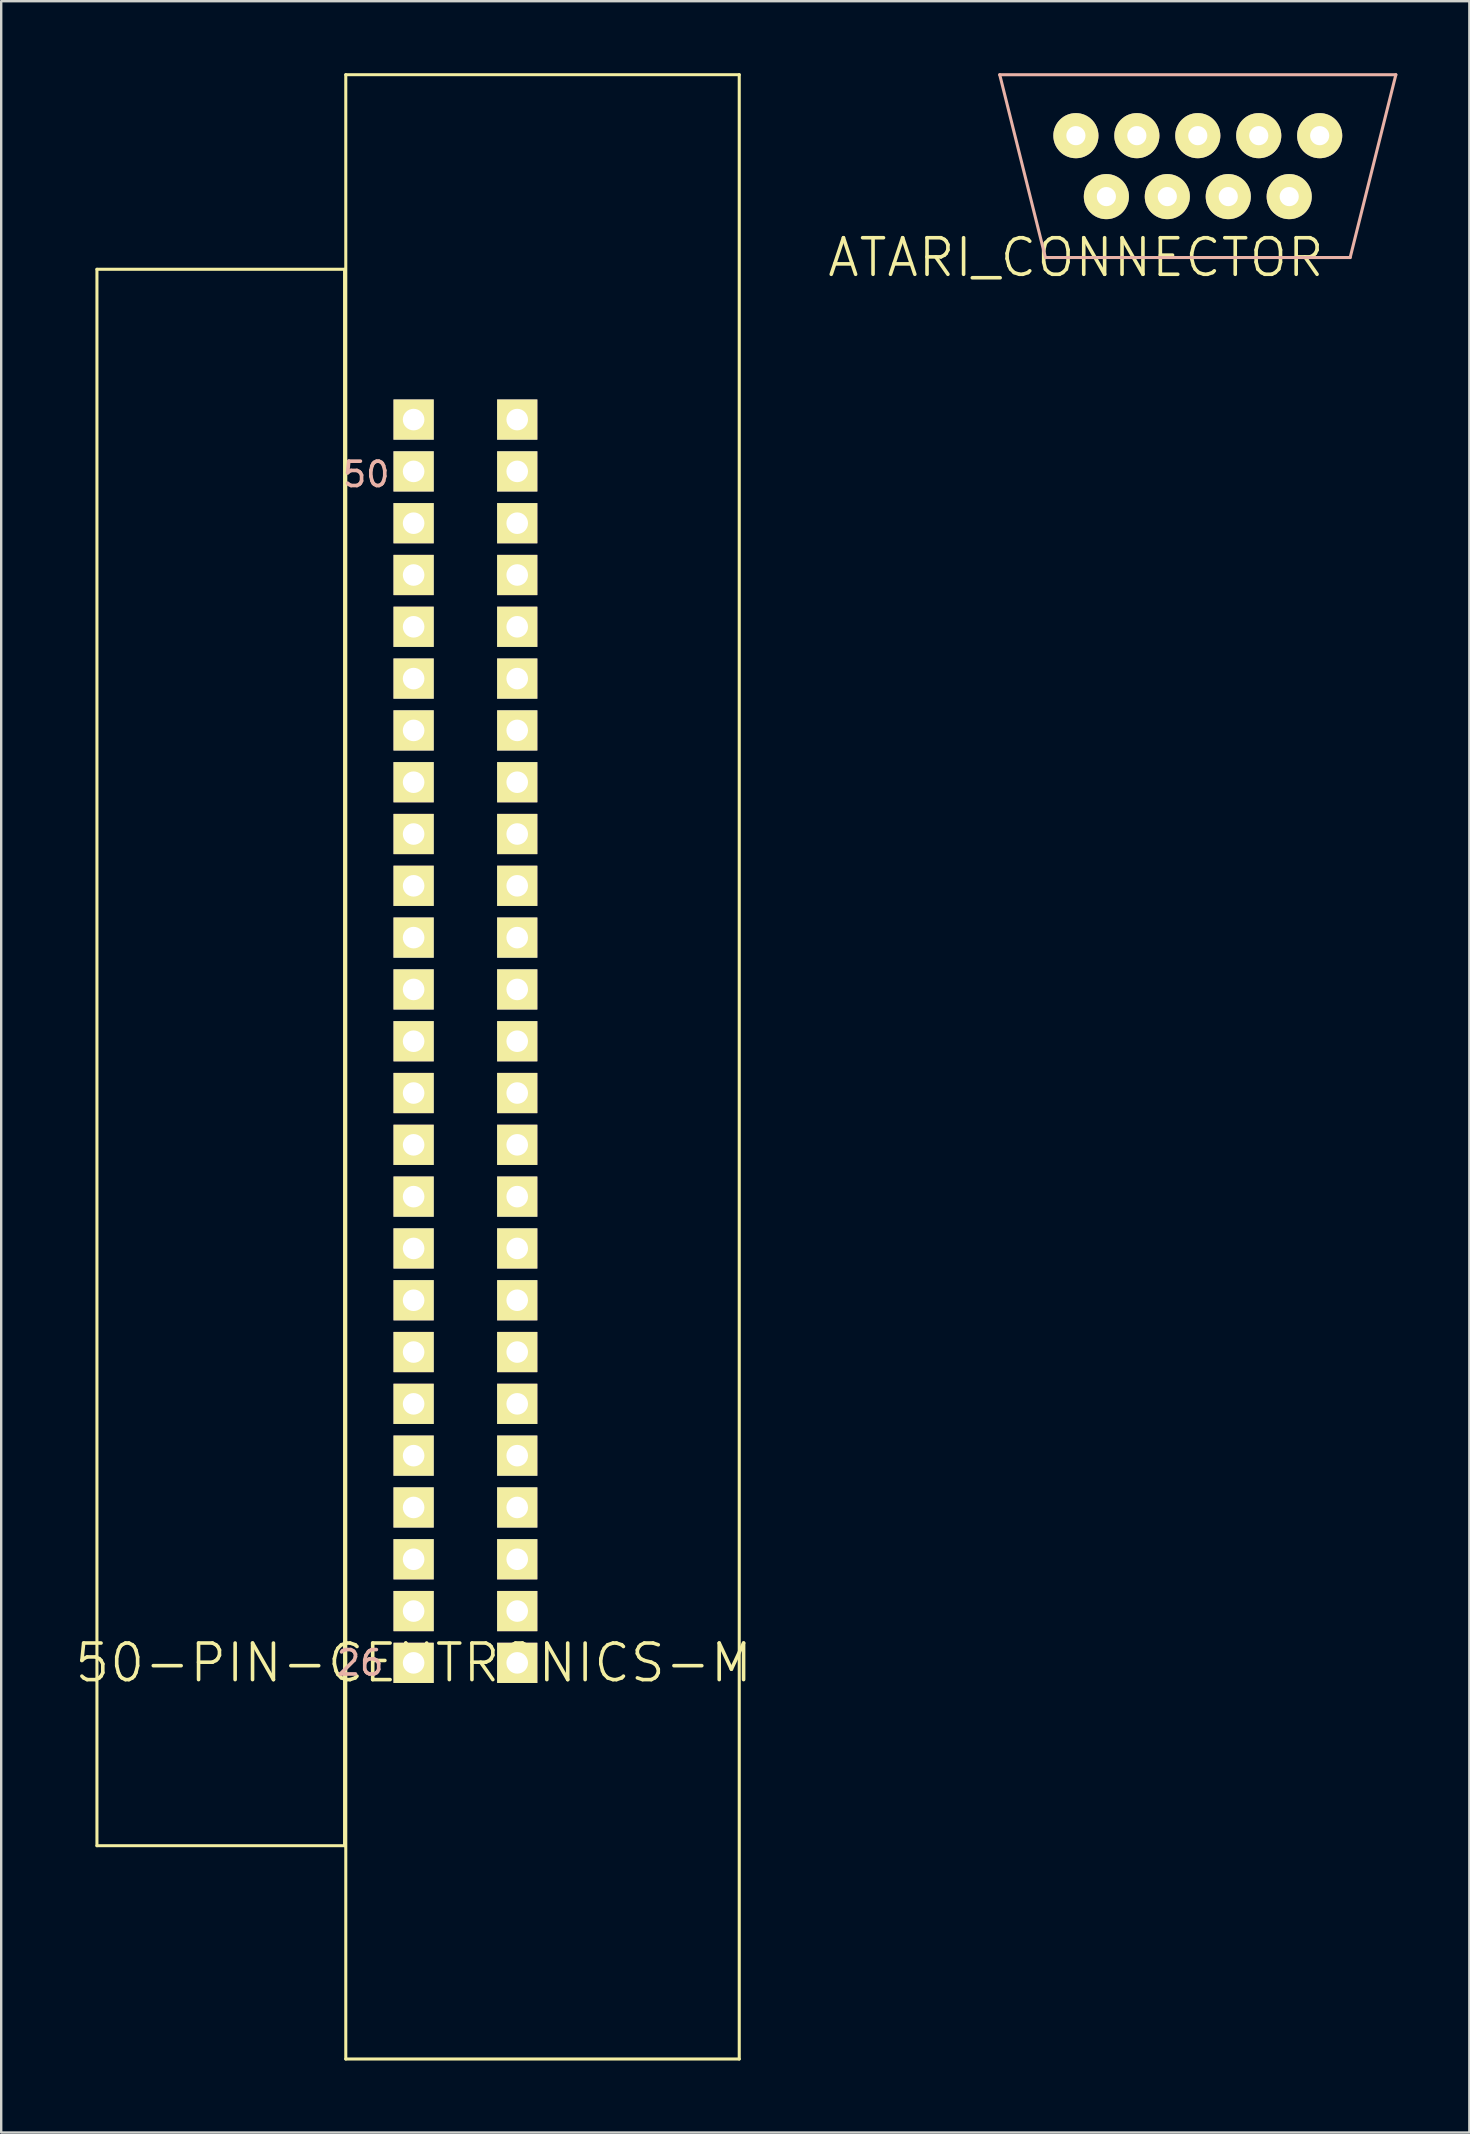
<source format=kicad_pcb>
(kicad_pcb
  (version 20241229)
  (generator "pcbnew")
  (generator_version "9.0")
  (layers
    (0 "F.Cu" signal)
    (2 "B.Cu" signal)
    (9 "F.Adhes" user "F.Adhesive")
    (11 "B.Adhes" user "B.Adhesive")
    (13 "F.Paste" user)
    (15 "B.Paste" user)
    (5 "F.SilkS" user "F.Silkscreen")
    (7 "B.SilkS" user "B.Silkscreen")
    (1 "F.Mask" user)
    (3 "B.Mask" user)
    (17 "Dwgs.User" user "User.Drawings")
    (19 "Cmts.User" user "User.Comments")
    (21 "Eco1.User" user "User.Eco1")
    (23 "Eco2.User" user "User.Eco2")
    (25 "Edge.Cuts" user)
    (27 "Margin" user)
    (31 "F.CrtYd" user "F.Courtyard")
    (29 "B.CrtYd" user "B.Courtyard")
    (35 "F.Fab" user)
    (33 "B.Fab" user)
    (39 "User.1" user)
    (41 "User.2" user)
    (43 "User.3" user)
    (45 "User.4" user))
  (footprint "ATARI_CONNECTOR"
    (layer "F.Cu")
    (at 41.79 7.684)
    (property "Reference" "ATARI_CONNECTOR" (at 0 0 0) (layer "F.SilkS") (effects (font (size 1.524 1.524) (thickness 0.15))))
    (attr exclude_from_pos_files exclude_from_bom)
    (fp_line (start -3.175 -7.62) (end 13.335 -7.62) (stroke (width 0.127) (type solid)) (layer "B.SilkS"))
    (fp_line (start -1.27 0) (end -3.175 -7.62) (stroke (width 0.127) (type solid)) (layer "B.SilkS"))
    (fp_line (start -1.27 0) (end 11.43 0) (stroke (width 0.127) (type solid)) (layer "B.SilkS"))
    (fp_line (start 11.43 0) (end 13.335 -7.62) (stroke (width 0.127) (type solid)) (layer "B.SilkS"))
    (pad "P$1" thru_hole circle (at 1.27 -2.54) (size 1.88 1.88) (drill 0.798) (layers "*.Cu" "F.Mask" "F.SilkS" "F.Paste"))
    (pad "P$2" thru_hole circle (at 3.81 -2.54) (size 1.88 1.88) (drill 0.798) (layers "*.Cu" "F.Mask" "F.SilkS" "F.Paste"))
    (pad "P$3" thru_hole circle (at 6.35 -2.54) (size 1.88 1.88) (drill 0.798) (layers "*.Cu" "F.Mask" "F.SilkS" "F.Paste"))
    (pad "P$4" thru_hole circle (at 8.89 -2.54) (size 1.88 1.88) (drill 0.798) (layers "*.Cu" "F.Mask" "F.SilkS" "F.Paste"))
    (pad "P$5" thru_hole circle (at 0 -5.08) (size 1.88 1.88) (drill 0.798) (layers "*.Cu" "F.Mask" "F.SilkS" "F.Paste"))
    (pad "P$6" thru_hole circle (at 2.54 -5.08) (size 1.88 1.88) (drill 0.798) (layers "*.Cu" "F.Mask" "F.SilkS" "F.Paste"))
    (pad "P$7" thru_hole circle (at 5.08 -5.08) (size 1.88 1.88) (drill 0.798) (layers "*.Cu" "F.Mask" "F.SilkS" "F.Paste"))
    (pad "P$8" thru_hole circle (at 7.62 -5.08) (size 1.88 1.88) (drill 0.798) (layers "*.Cu" "F.Mask" "F.SilkS" "F.Paste"))
    (pad "P$9" thru_hole circle (at 10.16 -5.08) (size 1.88 1.88) (drill 0.798) (layers "*.Cu" "F.Mask" "F.SilkS" "F.Paste")))
  (footprint "50-PIN-CENTRONICS-M"
    (layer "F.Cu")
    (at 14.188 66.253)
    (property "Reference" "50-PIN-CENTRONICS-M" (at 0 0 0) (layer "F.SilkS") (effects (font (size 1.524 1.524) (thickness 0.15))))
    (attr exclude_from_pos_files exclude_from_bom)
    (fp_line (start -13.198 7.62) (end -13.198 -58.08) (stroke (width 0.127) (type solid)) (layer "F.SilkS"))
    (fp_line (start -2.878 -58.08) (end -13.198 -58.08) (stroke (width 0.127) (type solid)) (layer "F.SilkS"))
    (fp_line (start -2.878 7.62) (end -13.198 7.62) (stroke (width 0.127) (type solid)) (layer "F.SilkS"))
    (fp_line (start -2.878 7.62) (end -2.878 -58.08) (stroke (width 0.127) (type solid)) (layer "F.SilkS"))
    (fp_line (start -2.827 -66.19) (end 13.571 -66.19) (stroke (width 0.127) (type solid)) (layer "F.SilkS"))
    (fp_line (start -2.827 16.51) (end -2.827 -66.19) (stroke (width 0.127) (type solid)) (layer "F.SilkS"))
    (fp_line (start -2.827 16.51) (end 13.571 16.51) (stroke (width 0.127) (type solid)) (layer "F.SilkS"))
    (fp_line (start 13.571 16.51) (end 13.571 -66.19) (stroke (width 0.127) (type solid)) (layer "F.SilkS"))
    (fp_text user "26" (at -2.23 0 0) (layer "B.SilkS") (effects (font (size 1.016 1.016) (thickness 0.152))))
    (fp_text user "50" (at -1.976 -49.53 0) (layer "B.SilkS") (effects (font (size 1.016 1.016) (thickness 0.152))))
    (pad "P$1" thru_hole rect (at 4.318 0) (size 1.676 1.676) (drill 0.899) (layers "*.Cu" "F.Mask" "F.SilkS" "F.Paste"))
    (pad "P$2" thru_hole rect (at 4.318 -2.159) (size 1.676 1.676) (drill 0.899) (layers "*.Cu" "F.Mask" "F.SilkS" "F.Paste"))
    (pad "P$3" thru_hole rect (at 4.318 -4.318) (size 1.676 1.676) (drill 0.899) (layers "*.Cu" "F.Mask" "F.SilkS" "F.Paste"))
    (pad "P$4" thru_hole rect (at 4.318 -6.477) (size 1.676 1.676) (drill 0.899) (layers "*.Cu" "F.Mask" "F.SilkS" "F.Paste"))
    (pad "P$5" thru_hole rect (at 4.318 -8.636) (size 1.676 1.676) (drill 0.899) (layers "*.Cu" "F.Mask" "F.SilkS" "F.Paste"))
    (pad "P$6" thru_hole rect (at 4.318 -10.795) (size 1.676 1.676) (drill 0.899) (layers "*.Cu" "F.Mask" "F.SilkS" "F.Paste"))
    (pad "P$7" thru_hole rect (at 4.318 -12.954) (size 1.676 1.676) (drill 0.899) (layers "*.Cu" "F.Mask" "F.SilkS" "F.Paste"))
    (pad "P$8" thru_hole rect (at 4.318 -15.113) (size 1.676 1.676) (drill 0.899) (layers "*.Cu" "F.Mask" "F.SilkS" "F.Paste"))
    (pad "P$9" thru_hole rect (at 4.318 -17.272) (size 1.676 1.676) (drill 0.899) (layers "*.Cu" "F.Mask" "F.SilkS" "F.Paste"))
    (pad "P$10" thru_hole rect (at 4.318 -19.431) (size 1.676 1.676) (drill 0.899) (layers "*.Cu" "F.Mask" "F.SilkS" "F.Paste"))
    (pad "P$11" thru_hole rect (at 4.318 -21.59) (size 1.676 1.676) (drill 0.899) (layers "*.Cu" "F.Mask" "F.SilkS" "F.Paste"))
    (pad "P$12" thru_hole rect (at 4.318 -23.749) (size 1.676 1.676) (drill 0.899) (layers "*.Cu" "F.Mask" "F.SilkS" "F.Paste"))
    (pad "P$13" thru_hole rect (at 4.318 -25.908) (size 1.676 1.676) (drill 0.899) (layers "*.Cu" "F.Mask" "F.SilkS" "F.Paste"))
    (pad "P$14" thru_hole rect (at 4.318 -28.067) (size 1.676 1.676) (drill 0.899) (layers "*.Cu" "F.Mask" "F.SilkS" "F.Paste"))
    (pad "P$15" thru_hole rect (at 4.318 -30.226) (size 1.676 1.676) (drill 0.899) (layers "*.Cu" "F.Mask" "F.SilkS" "F.Paste"))
    (pad "P$16" thru_hole rect (at 4.318 -32.385) (size 1.676 1.676) (drill 0.899) (layers "*.Cu" "F.Mask" "F.SilkS" "F.Paste"))
    (pad "P$17" thru_hole rect (at 4.318 -34.544) (size 1.676 1.676) (drill 0.899) (layers "*.Cu" "F.Mask" "F.SilkS" "F.Paste"))
    (pad "P$18" thru_hole rect (at 4.318 -36.703) (size 1.676 1.676) (drill 0.899) (layers "*.Cu" "F.Mask" "F.SilkS" "F.Paste"))
    (pad "P$19" thru_hole rect (at 4.318 -38.862) (size 1.676 1.676) (drill 0.899) (layers "*.Cu" "F.Mask" "F.SilkS" "F.Paste"))
    (pad "P$20" thru_hole rect (at 4.318 -41.021) (size 1.676 1.676) (drill 0.899) (layers "*.Cu" "F.Mask" "F.SilkS" "F.Paste"))
    (pad "P$21" thru_hole rect (at 4.318 -43.18) (size 1.676 1.676) (drill 0.899) (layers "*.Cu" "F.Mask" "F.SilkS" "F.Paste"))
    (pad "P$22" thru_hole rect (at 4.318 -45.339) (size 1.676 1.676) (drill 0.899) (layers "*.Cu" "F.Mask" "F.SilkS" "F.Paste"))
    (pad "P$23" thru_hole rect (at 4.318 -47.498) (size 1.676 1.676) (drill 0.899) (layers "*.Cu" "F.Mask" "F.SilkS" "F.Paste"))
    (pad "P$24" thru_hole rect (at 4.318 -49.657) (size 1.676 1.676) (drill 0.899) (layers "*.Cu" "F.Mask" "F.SilkS" "F.Paste"))
    (pad "P$25" thru_hole rect (at 4.318 -51.816) (size 1.676 1.676) (drill 0.899) (layers "*.Cu" "F.Mask" "F.SilkS" "F.Paste"))
    (pad "P$26" thru_hole rect (at 0 0) (size 1.676 1.676) (drill 0.899) (layers "*.Cu" "F.Mask" "F.SilkS" "F.Paste"))
    (pad "P$27" thru_hole rect (at 0 -2.159) (size 1.676 1.676) (drill 0.899) (layers "*.Cu" "F.Mask" "F.SilkS" "F.Paste"))
    (pad "P$28" thru_hole rect (at 0 -4.318) (size 1.676 1.676) (drill 0.899) (layers "*.Cu" "F.Mask" "F.SilkS" "F.Paste"))
    (pad "P$29" thru_hole rect (at 0 -6.477) (size 1.676 1.676) (drill 0.899) (layers "*.Cu" "F.Mask" "F.SilkS" "F.Paste"))
    (pad "P$30" thru_hole rect (at 0 -8.636) (size 1.676 1.676) (drill 0.899) (layers "*.Cu" "F.Mask" "F.SilkS" "F.Paste"))
    (pad "P$31" thru_hole rect (at 0 -10.795) (size 1.676 1.676) (drill 0.899) (layers "*.Cu" "F.Mask" "F.SilkS" "F.Paste"))
    (pad "P$32" thru_hole rect (at 0 -12.954) (size 1.676 1.676) (drill 0.899) (layers "*.Cu" "F.Mask" "F.SilkS" "F.Paste"))
    (pad "P$33" thru_hole rect (at 0 -15.113) (size 1.676 1.676) (drill 0.899) (layers "*.Cu" "F.Mask" "F.SilkS" "F.Paste"))
    (pad "P$34" thru_hole rect (at 0 -17.272) (size 1.676 1.676) (drill 0.899) (layers "*.Cu" "F.Mask" "F.SilkS" "F.Paste"))
    (pad "P$35" thru_hole rect (at 0 -19.431) (size 1.676 1.676) (drill 0.899) (layers "*.Cu" "F.Mask" "F.SilkS" "F.Paste"))
    (pad "P$36" thru_hole rect (at 0 -21.59) (size 1.676 1.676) (drill 0.899) (layers "*.Cu" "F.Mask" "F.SilkS" "F.Paste"))
    (pad "P$37" thru_hole rect (at 0 -23.749) (size 1.676 1.676) (drill 0.899) (layers "*.Cu" "F.Mask" "F.SilkS" "F.Paste"))
    (pad "P$38" thru_hole rect (at 0 -25.908) (size 1.676 1.676) (drill 0.899) (layers "*.Cu" "F.Mask" "F.SilkS" "F.Paste"))
    (pad "P$39" thru_hole rect (at 0 -28.067) (size 1.676 1.676) (drill 0.899) (layers "*.Cu" "F.Mask" "F.SilkS" "F.Paste"))
    (pad "P$40" thru_hole rect (at 0 -30.226) (size 1.676 1.676) (drill 0.899) (layers "*.Cu" "F.Mask" "F.SilkS" "F.Paste"))
    (pad "P$41" thru_hole rect (at 0 -32.385) (size 1.676 1.676) (drill 0.899) (layers "*.Cu" "F.Mask" "F.SilkS" "F.Paste"))
    (pad "P$42" thru_hole rect (at 0 -34.544) (size 1.676 1.676) (drill 0.899) (layers "*.Cu" "F.Mask" "F.SilkS" "F.Paste"))
    (pad "P$43" thru_hole rect (at 0 -36.703) (size 1.676 1.676) (drill 0.899) (layers "*.Cu" "F.Mask" "F.SilkS" "F.Paste"))
    (pad "P$44" thru_hole rect (at 0 -38.862) (size 1.676 1.676) (drill 0.899) (layers "*.Cu" "F.Mask" "F.SilkS" "F.Paste"))
    (pad "P$45" thru_hole rect (at 0 -41.021) (size 1.676 1.676) (drill 0.899) (layers "*.Cu" "F.Mask" "F.SilkS" "F.Paste"))
    (pad "P$46" thru_hole rect (at 0 -43.18) (size 1.676 1.676) (drill 0.899) (layers "*.Cu" "F.Mask" "F.SilkS" "F.Paste"))
    (pad "P$47" thru_hole rect (at 0 -45.339) (size 1.676 1.676) (drill 0.899) (layers "*.Cu" "F.Mask" "F.SilkS" "F.Paste"))
    (pad "P$48" thru_hole rect (at 0 -47.498) (size 1.676 1.676) (drill 0.899) (layers "*.Cu" "F.Mask" "F.SilkS" "F.Paste"))
    (pad "P$49" thru_hole rect (at 0 -49.657) (size 1.676 1.676) (drill 0.899) (layers "*.Cu" "F.Mask" "F.SilkS" "F.Paste"))
    (pad "P$50" thru_hole rect (at 0 -51.816) (size 1.676 1.676) (drill 0.899) (layers "*.Cu" "F.Mask" "F.SilkS" "F.Paste")))
  (gr_rect
    (start -3 -3)
    (end 58.188 85.827)
    (stroke (width 0.1) (type default))
    (fill no)
    (layer "Edge.Cuts")))
</source>
